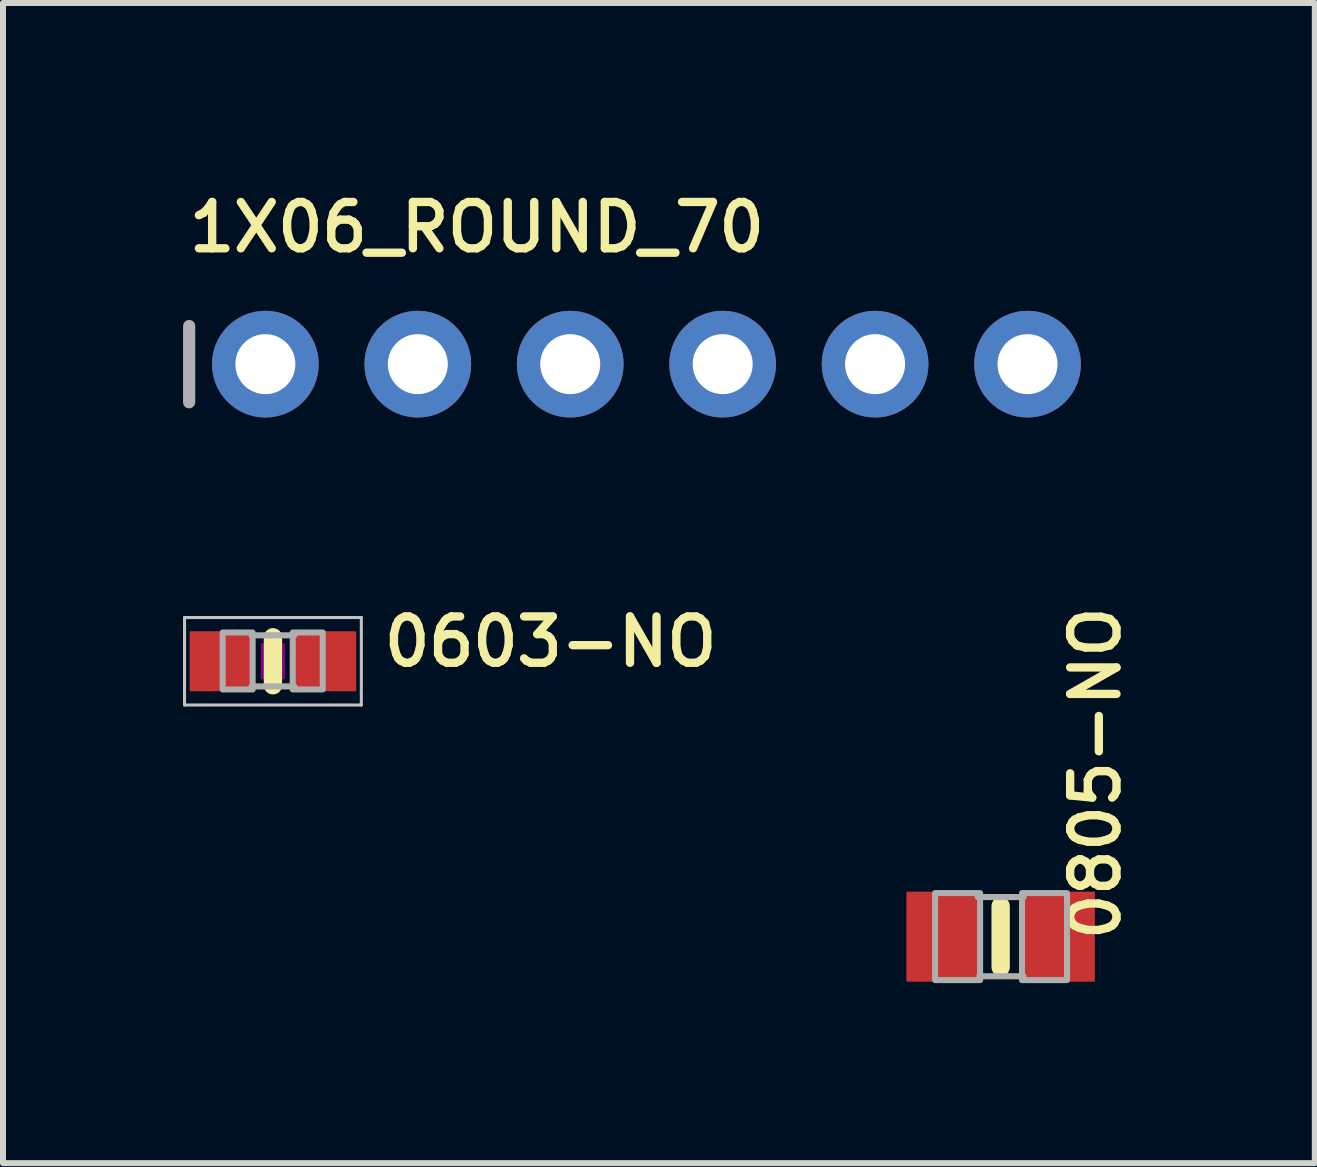
<source format=kicad_pcb>
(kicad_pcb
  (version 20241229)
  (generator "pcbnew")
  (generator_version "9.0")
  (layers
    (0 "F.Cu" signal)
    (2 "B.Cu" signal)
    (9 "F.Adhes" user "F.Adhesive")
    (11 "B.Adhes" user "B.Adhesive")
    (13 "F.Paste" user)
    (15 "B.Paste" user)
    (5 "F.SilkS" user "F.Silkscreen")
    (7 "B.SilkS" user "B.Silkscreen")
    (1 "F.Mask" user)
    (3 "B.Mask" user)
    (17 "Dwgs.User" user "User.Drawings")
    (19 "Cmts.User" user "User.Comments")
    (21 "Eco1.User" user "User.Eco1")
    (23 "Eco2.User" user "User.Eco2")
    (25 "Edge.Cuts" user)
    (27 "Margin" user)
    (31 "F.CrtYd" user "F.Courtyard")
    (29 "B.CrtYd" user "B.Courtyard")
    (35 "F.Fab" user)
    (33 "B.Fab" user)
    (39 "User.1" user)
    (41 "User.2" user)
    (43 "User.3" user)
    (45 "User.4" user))
  (footprint "1X06_ROUND_70"
    (layer "F.Cu")
    (at 7.722 3.018)
    (property "Reference" "1X06_ROUND_70" (at -7.696 -1.829 0) (layer "F.SilkS") (effects (font (size 0.772 0.772) (thickness 0.139)) (justify left bottom)))
    (attr through_hole)
    (fp_line (start -7.62 -0.635) (end -7.62 0.635) (stroke (width 0.203) (type solid)) (layer "F.Fab"))
    (fp_poly (pts (xy -6.604 0.254) (xy -6.096 0.254) (xy -6.096 -0.254) (xy -6.604 -0.254)) (stroke (width 0.1) (type solid)) (fill no) (layer "F.Fab"))
    (fp_poly (pts (xy -4.064 0.254) (xy -3.556 0.254) (xy -3.556 -0.254) (xy -4.064 -0.254)) (stroke (width 0.1) (type solid)) (fill no) (layer "F.Fab"))
    (fp_poly (pts (xy -1.524 0.254) (xy -1.016 0.254) (xy -1.016 -0.254) (xy -1.524 -0.254)) (stroke (width 0.1) (type solid)) (fill no) (layer "F.Fab"))
    (fp_poly (pts (xy 1.016 0.254) (xy 1.524 0.254) (xy 1.524 -0.254) (xy 1.016 -0.254)) (stroke (width 0.1) (type solid)) (fill no) (layer "F.Fab"))
    (fp_poly (pts (xy 3.556 0.254) (xy 4.064 0.254) (xy 4.064 -0.254) (xy 3.556 -0.254)) (stroke (width 0.1) (type solid)) (fill no) (layer "F.Fab"))
    (fp_poly (pts (xy 6.096 0.254) (xy 6.604 0.254) (xy 6.604 -0.254) (xy 6.096 -0.254)) (stroke (width 0.1) (type solid)) (fill no) (layer "F.Fab"))
    (pad "1" thru_hole circle (at -6.35 0 90) (size 1.778 1.778) (drill 1) (layers "*.Cu" "*.Mask"))
    (pad "2" thru_hole circle (at -3.81 0 90) (size 1.778 1.778) (drill 1) (layers "*.Cu" "*.Mask"))
    (pad "3" thru_hole circle (at -1.27 0 90) (size 1.778 1.778) (drill 1) (layers "*.Cu" "*.Mask"))
    (pad "4" thru_hole circle (at 1.27 0 90) (size 1.778 1.778) (drill 1) (layers "*.Cu" "*.Mask"))
    (pad "5" thru_hole circle (at 3.81 0 90) (size 1.778 1.778) (drill 1) (layers "*.Cu" "*.Mask"))
    (pad "6" thru_hole circle (at 6.35 0 90) (size 1.778 1.778) (drill 1) (layers "*.Cu" "*.Mask")))
  (footprint "0805-NO"
    (layer "F.Cu")
    (at 13.624 12.558)
    (property "Reference" "0805-NO" (at 2.032 0.127 90) (layer "F.SilkS") (effects (font (size 0.772 0.772) (thickness 0.139)) (justify left bottom)))
    (attr through_hole)
    (fp_line (start 0 -0.508) (end 0 0.508) (stroke (width 0.305) (type solid)) (layer "F.SilkS"))
    (fp_line (start -0.381 -0.66) (end 0.381 -0.66) (stroke (width 0.102) (type solid)) (layer "F.Fab"))
    (fp_line (start -0.356 0.66) (end 0.381 0.66) (stroke (width 0.102) (type solid)) (layer "F.Fab"))
    (fp_poly (pts (xy -1.092 0.724) (xy -0.342 0.724) (xy -0.342 -0.726) (xy -1.092 -0.726)) (stroke (width 0.1) (type solid)) (fill no) (layer "F.Fab"))
    (fp_poly (pts (xy 0.356 0.724) (xy 1.106 0.724) (xy 1.106 -0.726) (xy 0.356 -0.726)) (stroke (width 0.1) (type solid)) (fill no) (layer "F.Fab"))
    (pad "1" smd rect (at -0.95 0) (size 1.24 1.5) (layers "F.Cu" "F.Mask" "F.Paste"))
    (pad "2" smd rect (at 0.95 0) (size 1.24 1.5) (layers "F.Cu" "F.Mask" "F.Paste")))
  (footprint "0603-NO"
    (layer "F.Cu")
    (at 1.498 7.969)
    (property "Reference" "0603-NO" (at 1.778 0.127 180) (layer "F.SilkS") (effects (font (size 0.772 0.772) (thickness 0.139)) (justify left bottom)))
    (attr through_hole)
    (fp_line (start 0 -0.4) (end 0 0.4) (stroke (width 0.305) (type solid)) (layer "F.SilkS"))
    (fp_poly (pts (xy -0.2 0.3) (xy 0.2 0.3) (xy 0.2 -0.3) (xy -0.2 -0.3)) (stroke (width 0) (type solid)) (fill yes) (layer "F.Adhes"))
    (fp_line (start -1.473 -0.729) (end 1.473 -0.729) (stroke (width 0.051) (type solid)) (layer "Dwgs.User"))
    (fp_line (start -1.473 0.729) (end -1.473 -0.729) (stroke (width 0.051) (type solid)) (layer "Dwgs.User"))
    (fp_line (start 1.473 -0.729) (end 1.473 0.729) (stroke (width 0.051) (type solid)) (layer "Dwgs.User"))
    (fp_line (start 1.473 0.729) (end -1.473 0.729) (stroke (width 0.051) (type solid)) (layer "Dwgs.User"))
    (fp_line (start -0.356 -0.432) (end 0.356 -0.432) (stroke (width 0.102) (type solid)) (layer "F.Fab"))
    (fp_line (start -0.356 0.419) (end 0.356 0.419) (stroke (width 0.102) (type solid)) (layer "F.Fab"))
    (fp_poly (pts (xy -0.838 0.47) (xy -0.338 0.47) (xy -0.338 -0.48) (xy -0.838 -0.48)) (stroke (width 0.1) (type solid)) (fill no) (layer "F.Fab"))
    (fp_poly (pts (xy 0.33 0.47) (xy 0.83 0.47) (xy 0.83 -0.48) (xy 0.33 -0.48)) (stroke (width 0.1) (type solid)) (fill no) (layer "F.Fab"))
    (pad "1" smd rect (at -0.85 0) (size 1.075 1) (layers "F.Cu" "F.Mask" "F.Paste"))
    (pad "2" smd rect (at 0.85 0) (size 1.075 1) (layers "F.Cu" "F.Mask" "F.Paste")))
  (gr_rect
    (start -3 -3)
    (end 18.859 16.332)
    (stroke (width 0.1) (type default))
    (fill no)
    (layer "Edge.Cuts")))
</source>
